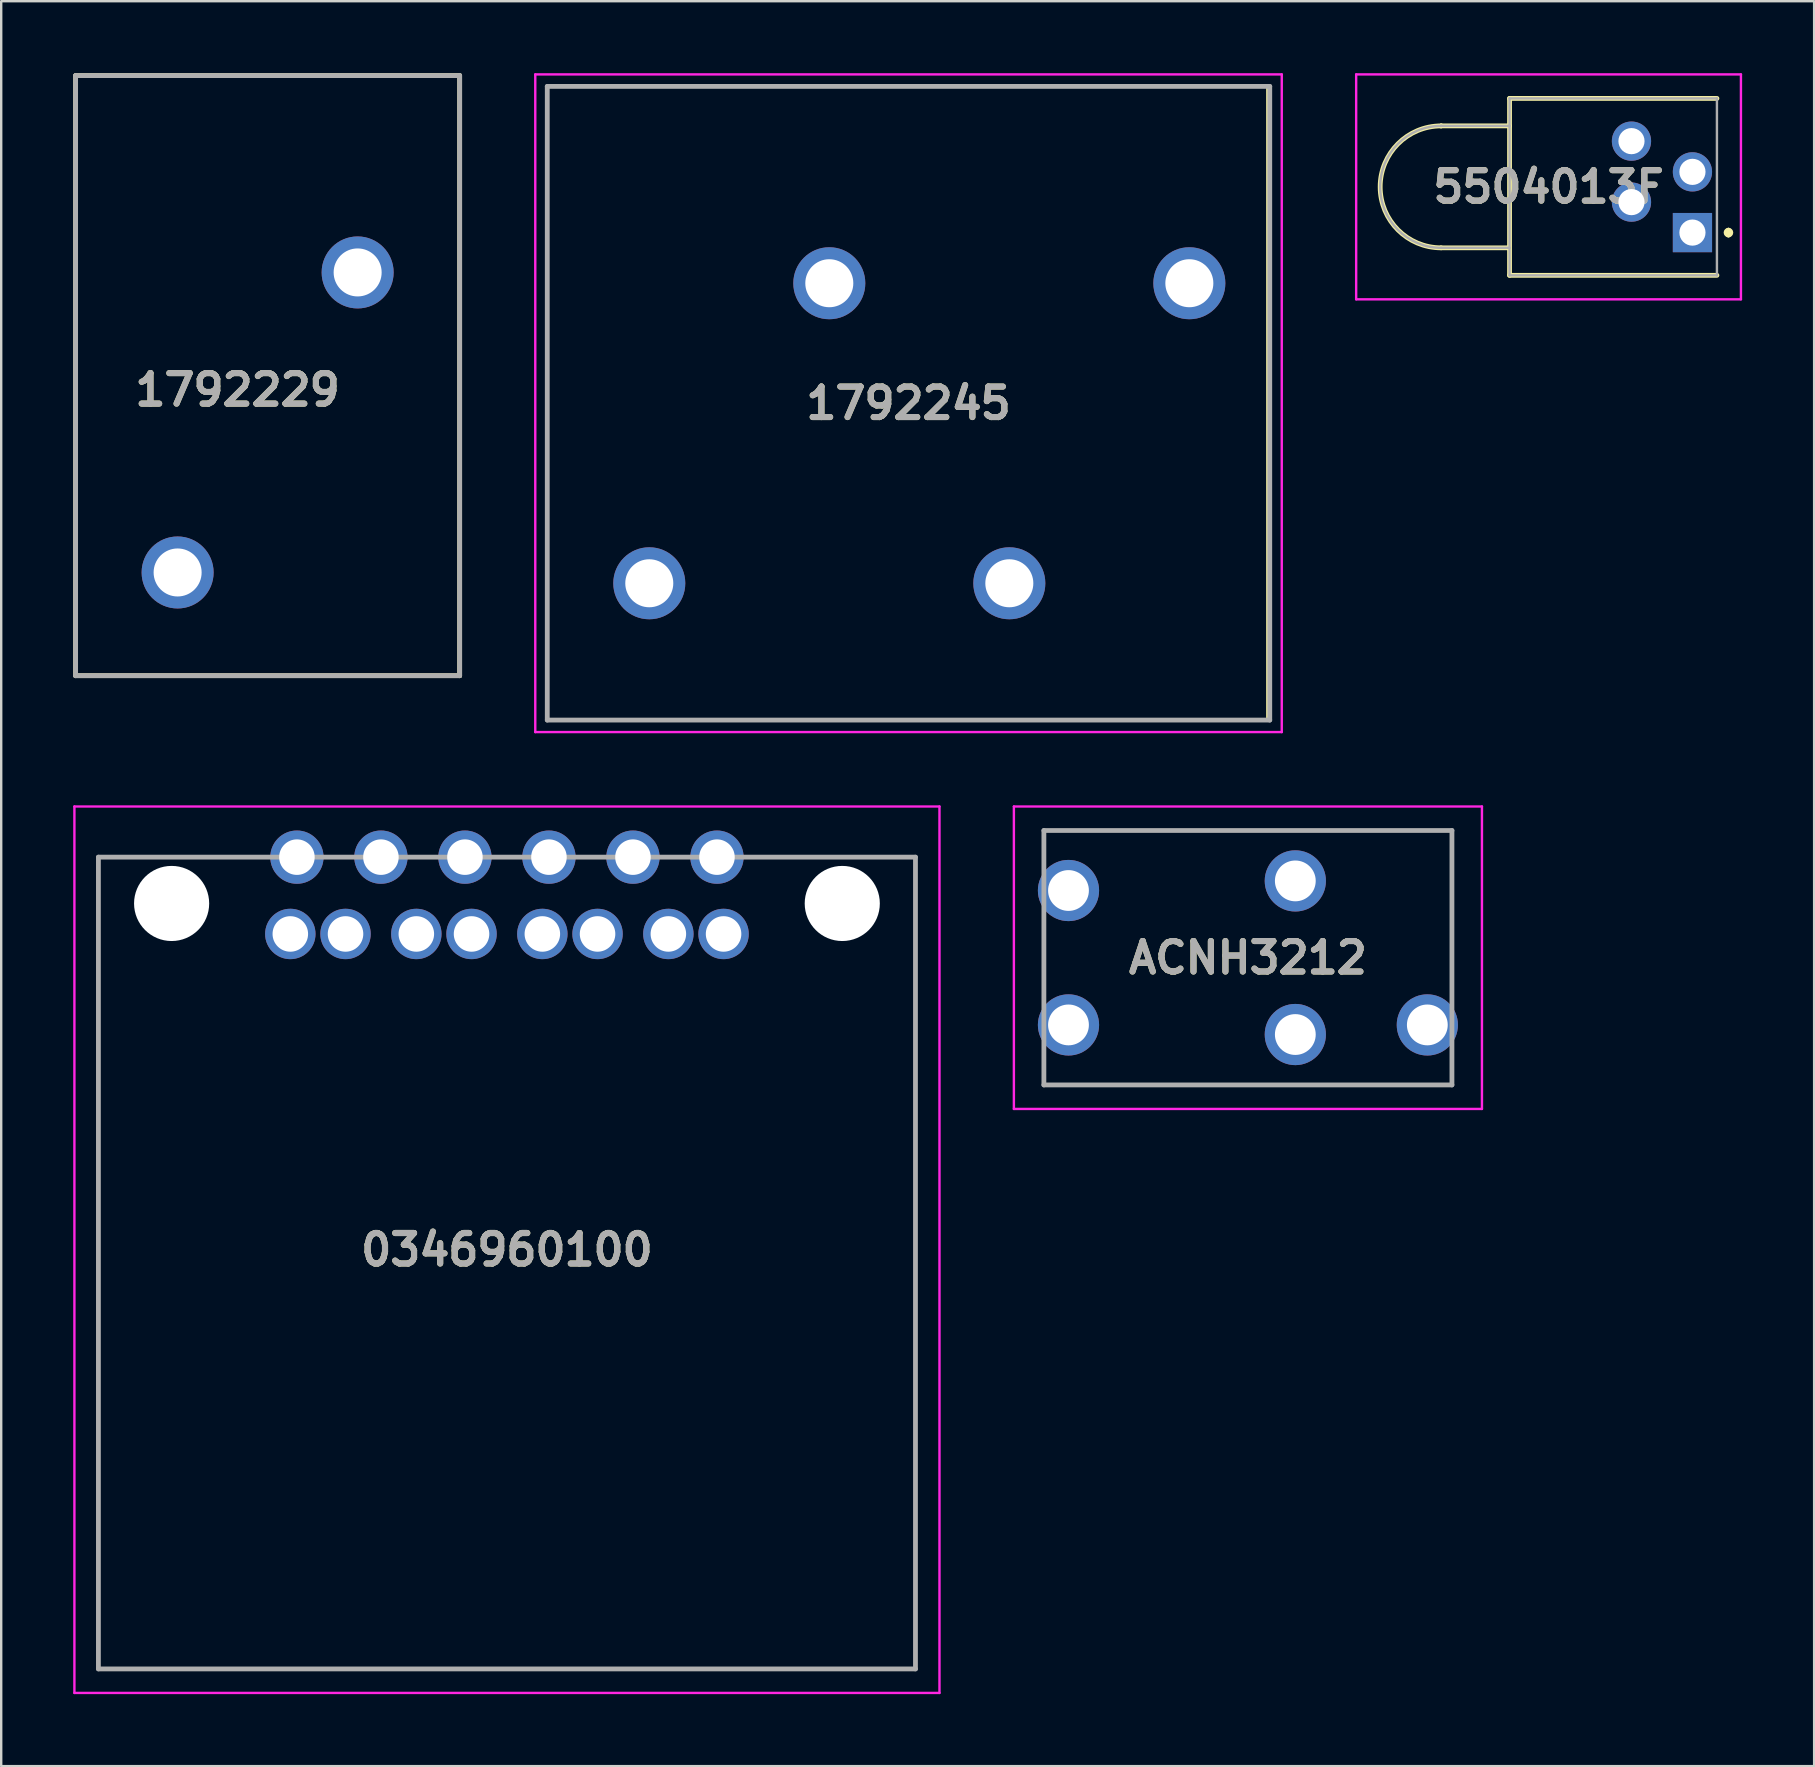
<source format=kicad_pcb>
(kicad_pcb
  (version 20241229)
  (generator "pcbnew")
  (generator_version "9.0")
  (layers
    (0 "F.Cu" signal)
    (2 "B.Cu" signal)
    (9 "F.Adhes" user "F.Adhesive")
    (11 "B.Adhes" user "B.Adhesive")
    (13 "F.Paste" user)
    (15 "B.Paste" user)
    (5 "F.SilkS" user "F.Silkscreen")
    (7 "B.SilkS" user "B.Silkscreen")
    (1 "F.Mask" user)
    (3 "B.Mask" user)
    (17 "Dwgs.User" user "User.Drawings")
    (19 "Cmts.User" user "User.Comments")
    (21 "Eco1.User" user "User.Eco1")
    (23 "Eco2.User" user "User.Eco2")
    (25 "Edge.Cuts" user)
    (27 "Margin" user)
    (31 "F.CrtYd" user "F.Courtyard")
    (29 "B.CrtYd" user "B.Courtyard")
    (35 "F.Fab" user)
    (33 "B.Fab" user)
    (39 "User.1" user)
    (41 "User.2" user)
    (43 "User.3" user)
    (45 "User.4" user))
  (footprint "ACNH3212"
    (layer "F.Cu")
    (at 41.465 39.65)
    (property "Reference" "ACNH3212" (at 7.475 -2.8 0) (layer "F.SilkS") (effects (font (size 1.27 1.27) (thickness 0.254))))
    (attr through_hole)
    (fp_line (start -1.025 -8.1) (end -1.025 -7.3) (stroke (width 0.1) (type solid)) (layer "F.SilkS"))
    (fp_line (start -1.025 -1.3) (end -1.025 -4.3) (stroke (width 0.1) (type solid)) (layer "F.SilkS"))
    (fp_line (start -1.025 1.2) (end -1.025 2.5) (stroke (width 0.1) (type solid)) (layer "F.SilkS"))
    (fp_line (start -1.025 2.5) (end 15.975 2.5) (stroke (width 0.1) (type solid)) (layer "F.SilkS"))
    (fp_line (start 15.975 -8.1) (end -1.025 -8.1) (stroke (width 0.1) (type solid)) (layer "F.SilkS"))
    (fp_line (start 15.975 -1.3) (end 15.975 -8.1) (stroke (width 0.1) (type solid)) (layer "F.SilkS"))
    (fp_line (start 15.975 2.5) (end 15.975 1.2) (stroke (width 0.1) (type solid)) (layer "F.SilkS"))
    (fp_line (start -2.275 -9.1) (end -2.275 3.5) (stroke (width 0.1) (type solid)) (layer "F.CrtYd"))
    (fp_line (start -2.275 3.5) (end 17.225 3.5) (stroke (width 0.1) (type solid)) (layer "F.CrtYd"))
    (fp_line (start 17.225 -9.1) (end -2.275 -9.1) (stroke (width 0.1) (type solid)) (layer "F.CrtYd"))
    (fp_line (start 17.225 3.5) (end 17.225 -9.1) (stroke (width 0.1) (type solid)) (layer "F.CrtYd"))
    (fp_line (start -1.025 -8.1) (end -1.025 2.5) (stroke (width 0.2) (type solid)) (layer "F.Fab"))
    (fp_line (start -1.025 2.5) (end 15.975 2.5) (stroke (width 0.2) (type solid)) (layer "F.Fab"))
    (fp_line (start 15.975 -8.1) (end -1.025 -8.1) (stroke (width 0.2) (type solid)) (layer "F.Fab"))
    (fp_line (start 15.975 2.5) (end 15.975 -8.1) (stroke (width 0.2) (type solid)) (layer "F.Fab"))
    (fp_text user "${REFERENCE}" (at 7.475 -2.8 0) (layer "F.Fab") (effects (font (size 1.27 1.27) (thickness 0.254))))
    (pad "1" thru_hole circle (at 0 0) (size 2.55 2.55) (drill 1.7) (layers "*.Cu" "*.Mask"))
    (pad "2" thru_hole circle (at 9.45 0.4) (size 2.55 2.55) (drill 1.7) (layers "*.Cu" "*.Mask"))
    (pad "3" thru_hole circle (at 14.95 0) (size 2.55 2.55) (drill 1.7) (layers "*.Cu" "*.Mask"))
    (pad "4" thru_hole circle (at 9.45 -6) (size 2.55 2.55) (drill 1.7) (layers "*.Cu" "*.Mask"))
    (pad "5" thru_hole circle (at 0 -5.6) (size 2.55 2.55) (drill 1.7) (layers "*.Cu" "*.Mask")))
  (footprint "1792245"
    (layer "F.Cu")
    (at 24 21.25)
    (property "Reference" "1792245" (at 10.8 -7.5 0) (layer "F.SilkS") (effects (font (size 1.27 1.27) (thickness 0.254))))
    (attr through_hole)
    (fp_line (start -4.25 -20.7) (end 25.75 -20.7) (stroke (width 0.1) (type solid)) (layer "F.SilkS"))
    (fp_line (start -4.25 5.7) (end -4.25 -20.7) (stroke (width 0.1) (type solid)) (layer "F.SilkS"))
    (fp_line (start 25.75 -20.7) (end 25.75 5.7) (stroke (width 0.1) (type solid)) (layer "F.SilkS"))
    (fp_line (start 25.75 5.7) (end -4.25 5.7) (stroke (width 0.1) (type solid)) (layer "F.SilkS"))
    (fp_line (start -4.75 -21.2) (end 26.35 -21.2) (stroke (width 0.1) (type solid)) (layer "F.CrtYd"))
    (fp_line (start -4.75 6.2) (end -4.75 -21.2) (stroke (width 0.1) (type solid)) (layer "F.CrtYd"))
    (fp_line (start 26.35 -21.2) (end 26.35 6.2) (stroke (width 0.1) (type solid)) (layer "F.CrtYd"))
    (fp_line (start 26.35 6.2) (end -4.75 6.2) (stroke (width 0.1) (type solid)) (layer "F.CrtYd"))
    (fp_line (start -4.25 -20.7) (end 25.85 -20.7) (stroke (width 0.2) (type solid)) (layer "F.Fab"))
    (fp_line (start -4.25 5.7) (end -4.25 -20.7) (stroke (width 0.2) (type solid)) (layer "F.Fab"))
    (fp_line (start 25.85 -20.7) (end 25.85 5.7) (stroke (width 0.2) (type solid)) (layer "F.Fab"))
    (fp_line (start 25.85 5.7) (end -4.25 5.7) (stroke (width 0.2) (type solid)) (layer "F.Fab"))
    (fp_text user "${REFERENCE}" (at 10.8 -7.5 0) (layer "F.Fab") (effects (font (size 1.27 1.27) (thickness 0.254))))
    (pad "1" thru_hole circle (at 0 0) (size 3 3) (drill 2) (layers "*.Cu" "*.Mask"))
    (pad "2" thru_hole circle (at 7.5 -12.5) (size 3 3) (drill 2) (layers "*.Cu" "*.Mask"))
    (pad "3" thru_hole circle (at 15 0) (size 3 3) (drill 2) (layers "*.Cu" "*.Mask"))
    (pad "4" thru_hole circle (at 22.5 -12.5) (size 3 3) (drill 2) (layers "*.Cu" "*.Mask")))
  (footprint "1792229"
    (layer "F.Cu")
    (at 4.35 20.8)
    (property "Reference" "1792229" (at 2.496 -7.61 0) (layer "F.SilkS") (effects (font (size 1.27 1.27) (thickness 0.254))))
    (attr through_hole)
    (fp_line (start -4.25 -20.7) (end 11.75 -20.7) (stroke (width 0.2) (type solid)) (layer "F.SilkS"))
    (fp_line (start -4.25 4.3) (end -4.25 -20.7) (stroke (width 0.2) (type solid)) (layer "F.SilkS"))
    (fp_line (start 11.75 -20.7) (end 11.75 4.3) (stroke (width 0.2) (type solid)) (layer "F.SilkS"))
    (fp_line (start 11.75 4.3) (end -4.25 4.3) (stroke (width 0.2) (type solid)) (layer "F.SilkS"))
    (fp_line (start -4.25 -20.7) (end 11.75 -20.7) (stroke (width 0.2) (type solid)) (layer "F.Fab"))
    (fp_line (start -4.25 4.3) (end -4.25 -20.7) (stroke (width 0.2) (type solid)) (layer "F.Fab"))
    (fp_line (start 11.75 -20.7) (end 11.75 4.3) (stroke (width 0.2) (type solid)) (layer "F.Fab"))
    (fp_line (start 11.75 4.3) (end -4.25 4.3) (stroke (width 0.2) (type solid)) (layer "F.Fab"))
    (fp_text user "${REFERENCE}" (at 2.496 -7.61 0) (layer "F.Fab") (effects (font (size 1.27 1.27) (thickness 0.254))))
    (pad "1" thru_hole circle (at 0 0) (size 3 3) (drill 2) (layers "*.Cu" "*.Mask"))
    (pad "2" thru_hole circle (at 7.5 -12.5) (size 3 3) (drill 2) (layers "*.Cu" "*.Mask")))
  (footprint "5504013F"
    (layer "F.Cu")
    (at 67.46 6.64)
    (property "Reference" "5504013F" (at -5.995 -1.905 0) (layer "F.SilkS") (effects (font (size 1.27 1.27) (thickness 0.254))))
    (attr through_hole)
    (fp_line (start -10.47 -4.445) (end -10.47 -4.445) (stroke (width 0.2) (type solid)) (layer "F.SilkS"))
    (fp_line (start -10.47 0.635) (end -7.661 0.635) (stroke (width 0.2) (type solid)) (layer "F.SilkS"))
    (fp_line (start -7.62 -5.59) (end -7.62 1.78) (stroke (width 0.2) (type solid)) (layer "F.SilkS"))
    (fp_line (start -7.62 -4.445) (end -10.47 -4.445) (stroke (width 0.2) (type solid)) (layer "F.SilkS"))
    (fp_line (start -7.62 1.78) (end 1.02 1.78) (stroke (width 0.2) (type solid)) (layer "F.SilkS"))
    (fp_line (start 1.02 -5.59) (end -7.62 -5.59) (stroke (width 0.2) (type solid)) (layer "F.SilkS"))
    (fp_line (start 1.5 -0.1) (end 1.5 -0.1) (stroke (width 0.2) (type solid)) (layer "F.SilkS"))
    (fp_line (start 1.5 0.1) (end 1.5 0.1) (stroke (width 0.2) (type solid)) (layer "F.SilkS"))
    (fp_arc (start -10.47 0.635) (mid -13.01 -1.905) (end -10.47 -4.445) (stroke (width 0.2) (type solid)) (layer "F.SilkS"))
    (fp_arc (start 1.5 -0.1) (mid 1.6 0) (end 1.5 0.1) (stroke (width 0.2) (type solid)) (layer "F.SilkS"))
    (fp_arc (start 1.5 0.1) (mid 1.4 0) (end 1.5 -0.1) (stroke (width 0.2) (type solid)) (layer "F.SilkS"))
    (fp_line (start -14.01 -6.59) (end 2.02 -6.59) (stroke (width 0.1) (type solid)) (layer "F.CrtYd"))
    (fp_line (start -14.01 2.78) (end -14.01 -6.59) (stroke (width 0.1) (type solid)) (layer "F.CrtYd"))
    (fp_line (start 2.02 -6.59) (end 2.02 2.78) (stroke (width 0.1) (type solid)) (layer "F.CrtYd"))
    (fp_line (start 2.02 2.78) (end -14.01 2.78) (stroke (width 0.1) (type solid)) (layer "F.CrtYd"))
    (fp_line (start -10.47 -4.445) (end -10.47 -4.445) (stroke (width 0.1) (type solid)) (layer "F.Fab"))
    (fp_line (start -10.47 0.635) (end -7.62 0.635) (stroke (width 0.1) (type solid)) (layer "F.Fab"))
    (fp_line (start -7.62 -5.59) (end 1.02 -5.59) (stroke (width 0.1) (type solid)) (layer "F.Fab"))
    (fp_line (start -7.62 -4.445) (end -10.47 -4.445) (stroke (width 0.1) (type solid)) (layer "F.Fab"))
    (fp_line (start -7.62 1.78) (end -7.62 -5.59) (stroke (width 0.1) (type solid)) (layer "F.Fab"))
    (fp_line (start 1.02 -5.59) (end 1.02 1.78) (stroke (width 0.1) (type solid)) (layer "F.Fab"))
    (fp_line (start 1.02 1.78) (end -7.62 1.78) (stroke (width 0.1) (type solid)) (layer "F.Fab"))
    (fp_arc (start -10.47 0.635) (mid -13.01 -1.905) (end -10.47 -4.445) (stroke (width 0.1) (type solid)) (layer "F.Fab"))
    (fp_text user "${REFERENCE}" (at -5.995 -1.905 0) (layer "F.Fab") (effects (font (size 1.27 1.27) (thickness 0.254))))
    (pad "1" thru_hole rect (at 0 0) (size 1.635 1.635) (drill 1.09) (layers "*.Cu" "*.Mask"))
    (pad "2" thru_hole circle (at -2.54 -1.27) (size 1.635 1.635) (drill 1.09) (layers "*.Cu" "*.Mask"))
    (pad "3" thru_hole circle (at 0 -2.53) (size 1.635 1.635) (drill 1.09) (layers "*.Cu" "*.Mask"))
    (pad "4" thru_hole circle (at -2.54 -3.81) (size 1.635 1.635) (drill 1.09) (layers "*.Cu" "*.Mask")))
  (footprint "0346960100"
    (layer "F.Cu")
    (at 9.32 32.66)
    (property "Reference" "0346960100" (at 8.75 16.355 0) (layer "F.SilkS") (effects (font (size 1.27 1.27) (thickness 0.254))))
    (attr through_hole)
    (fp_line (start -8.27 0) (end -8.27 33.82) (stroke (width 0.1) (type solid)) (layer "F.SilkS"))
    (fp_line (start -8.27 33.82) (end 25.77 33.82) (stroke (width 0.1) (type solid)) (layer "F.SilkS"))
    (fp_line (start 25.77 33.82) (end 25.77 0) (stroke (width 0.1) (type solid)) (layer "F.SilkS"))
    (fp_line (start -9.27 -2.11) (end 26.77 -2.11) (stroke (width 0.1) (type solid)) (layer "F.CrtYd"))
    (fp_line (start -9.27 34.82) (end -9.27 -2.11) (stroke (width 0.1) (type solid)) (layer "F.CrtYd"))
    (fp_line (start 26.77 -2.11) (end 26.77 34.82) (stroke (width 0.1) (type solid)) (layer "F.CrtYd"))
    (fp_line (start 26.77 34.82) (end -9.27 34.82) (stroke (width 0.1) (type solid)) (layer "F.CrtYd"))
    (fp_line (start -8.27 0) (end -8.27 33.82) (stroke (width 0.2) (type solid)) (layer "F.Fab"))
    (fp_line (start -8.27 33.82) (end 25.77 33.82) (stroke (width 0.2) (type solid)) (layer "F.Fab"))
    (fp_line (start 25.77 0) (end -8.27 0) (stroke (width 0.2) (type solid)) (layer "F.Fab"))
    (fp_line (start 25.77 33.82) (end 25.77 0) (stroke (width 0.2) (type solid)) (layer "F.Fab"))
    (fp_text user "${REFERENCE}" (at 8.75 16.355 0) (layer "F.Fab") (effects (font (size 1.27 1.27) (thickness 0.254))))
    (pad "" np_thru_hole circle (at -5.22 1.93) (size 3.13 3.13) (drill 3.13) (layers "*.Cu" "*.Mask"))
    (pad "" np_thru_hole circle (at 22.72 1.93) (size 3.13 3.13) (drill 3.13) (layers "*.Cu" "*.Mask"))
    (pad "1" thru_hole circle (at 0 0) (size 2.22 2.22) (drill 1.48) (layers "*.Cu" "*.Mask"))
    (pad "2" thru_hole circle (at 3.5 0) (size 2.22 2.22) (drill 1.48) (layers "*.Cu" "*.Mask"))
    (pad "3" thru_hole circle (at 7 0) (size 2.22 2.22) (drill 1.48) (layers "*.Cu" "*.Mask"))
    (pad "4" thru_hole circle (at 10.5 0) (size 2.22 2.22) (drill 1.48) (layers "*.Cu" "*.Mask"))
    (pad "5" thru_hole circle (at 14 0) (size 2.22 2.22) (drill 1.48) (layers "*.Cu" "*.Mask"))
    (pad "6" thru_hole circle (at 17.5 0) (size 2.22 2.22) (drill 1.48) (layers "*.Cu" "*.Mask"))
    (pad "7" thru_hole circle (at -0.275 3.2) (size 2.1 2.1) (drill 1.48) (layers "*.Cu" "*.Mask"))
    (pad "8" thru_hole circle (at 2.025 3.2) (size 2.1 2.1) (drill 1.48) (layers "*.Cu" "*.Mask"))
    (pad "9" thru_hole circle (at 4.975 3.2) (size 2.1 2.1) (drill 1.48) (layers "*.Cu" "*.Mask"))
    (pad "10" thru_hole circle (at 7.275 3.2) (size 2.1 2.1) (drill 1.48) (layers "*.Cu" "*.Mask"))
    (pad "11" thru_hole circle (at 10.225 3.2) (size 2.1 2.1) (drill 1.48) (layers "*.Cu" "*.Mask"))
    (pad "12" thru_hole circle (at 12.525 3.2) (size 2.1 2.1) (drill 1.48) (layers "*.Cu" "*.Mask"))
    (pad "13" thru_hole circle (at 15.475 3.2) (size 2.1 2.1) (drill 1.48) (layers "*.Cu" "*.Mask"))
    (pad "14" thru_hole circle (at 17.775 3.2) (size 2.1 2.1) (drill 1.48) (layers "*.Cu" "*.Mask")))
  (gr_rect
    (start -3 -3)
    (end 72.53 70.53)
    (stroke (width 0.1) (type default))
    (fill no)
    (layer "Edge.Cuts")))
</source>
